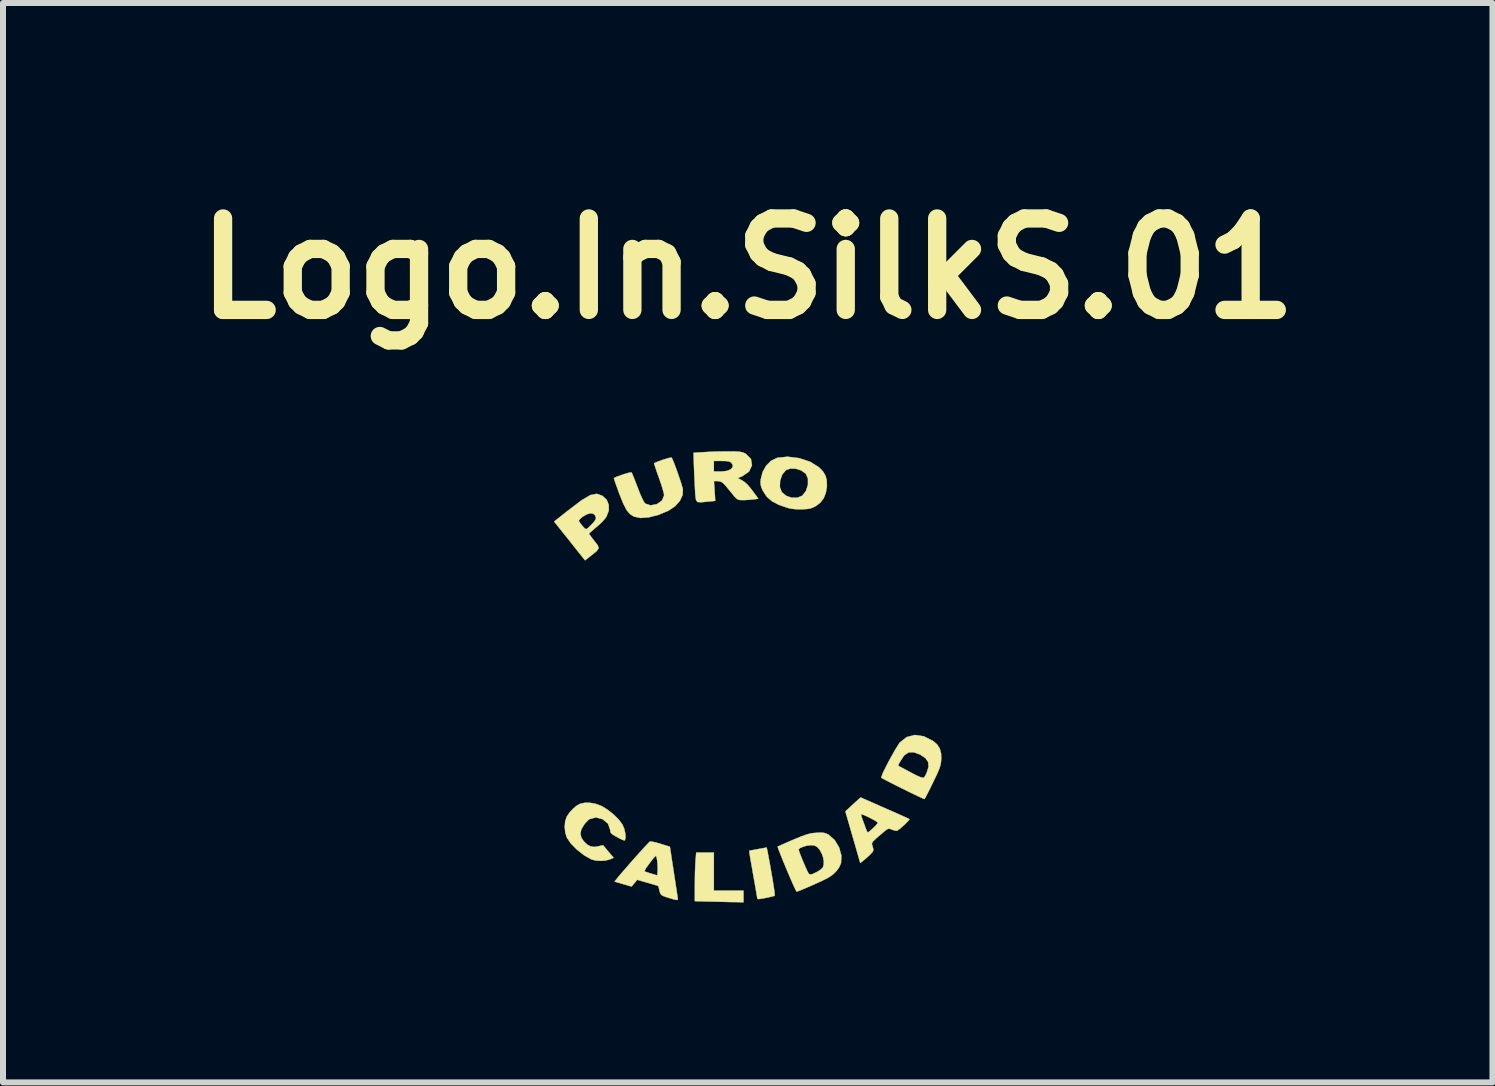
<source format=kicad_pcb>
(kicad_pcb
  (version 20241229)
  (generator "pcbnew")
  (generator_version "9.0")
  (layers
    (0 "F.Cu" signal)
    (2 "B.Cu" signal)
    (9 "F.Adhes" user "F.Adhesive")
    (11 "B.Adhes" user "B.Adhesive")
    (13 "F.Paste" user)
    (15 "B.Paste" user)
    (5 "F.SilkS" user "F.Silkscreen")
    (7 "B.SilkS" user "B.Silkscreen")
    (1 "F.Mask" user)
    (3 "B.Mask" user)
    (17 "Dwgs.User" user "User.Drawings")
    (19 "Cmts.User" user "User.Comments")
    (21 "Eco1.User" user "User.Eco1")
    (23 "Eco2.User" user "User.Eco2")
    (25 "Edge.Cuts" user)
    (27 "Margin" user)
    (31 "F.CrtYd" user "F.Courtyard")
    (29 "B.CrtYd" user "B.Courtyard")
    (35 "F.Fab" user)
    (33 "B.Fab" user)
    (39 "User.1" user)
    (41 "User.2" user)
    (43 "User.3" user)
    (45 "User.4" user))
  (footprint "Logo.In.SilkS.01"
    (layer "F.Cu")
    (at 9.413 8.231)
    (property "Reference" "Logo.In.SilkS.01" (at 0 -6.805 0) (layer "F.SilkS") (effects (font (size 1.524 1.524) (thickness 0.305))))
    (attr smd)
    (fp_poly (pts (xy 0.158 3.691) (xy 0.153 3.655) (xy 0.138 3.568) (xy 0.116 3.441) (xy 0.089 3.29) (xy 0.063 3.139) (xy 0.041 3.015) (xy 0.028 2.931) (xy 0.023 2.9) (xy 0.036 2.897) (xy 0.068 2.89) (xy 0.115 2.881) (xy 0.171 2.871) (xy 0.207 2.864) (xy 0.244 2.858) (xy 0.28 2.851) (xy 0.316 2.845) (xy 0.32 2.867) (xy 0.325 2.89) (xy 0.33 2.912) (xy 0.334 2.935) (xy 0.374 3.149) (xy 0.414 3.381) (xy 0.443 3.568) (xy 0.45 3.648) (xy 0.41 3.66) (xy 0.327 3.679) (xy 0.239 3.696) (xy 0.181 3.704) (xy 0.172 3.703) (xy 0.165 3.7) (xy 0.16 3.696) (xy 0.158 3.691) (xy 0.158 3.691) (xy 0.158 3.691) (xy 0.158 3.691) (xy 0.158 3.691)) (stroke (width 0.006) (type solid)) (fill yes) (layer "F.SilkS"))
    (fp_poly (pts (xy -1.896 -2.671) (xy -1.962 -2.712) (xy -2.019 -2.779) (xy -2.075 -2.888) (xy -2.141 -3.052) (xy -2.177 -3.152) (xy -2.207 -3.234) (xy -2.225 -3.291) (xy -2.231 -3.313) (xy -2.18 -3.337) (xy -2.082 -3.372) (xy -1.986 -3.401) (xy -1.938 -3.408) (xy -1.926 -3.385) (xy -1.903 -3.329) (xy -1.872 -3.251) (xy -1.836 -3.157) (xy -1.798 -3.059) (xy -1.762 -2.977) (xy -1.731 -2.918) (xy -1.71 -2.888) (xy -1.618 -2.858) (xy -1.514 -2.879) (xy -1.429 -2.939) (xy -1.394 -3.024) (xy -1.4 -3.064) (xy -1.419 -3.133) (xy -1.446 -3.22) (xy -1.48 -3.317) (xy -1.513 -3.409) (xy -1.539 -3.486) (xy -1.556 -3.539) (xy -1.561 -3.56) (xy -1.509 -3.584) (xy -1.412 -3.619) (xy -1.315 -3.648) (xy -1.268 -3.655) (xy -1.232 -3.573) (xy -1.171 -3.408) (xy -1.112 -3.234) (xy -1.081 -3.128) (xy -1.087 -3.029) (xy -1.132 -2.932) (xy -1.212 -2.843) (xy -1.321 -2.77) (xy -1.488 -2.7) (xy -1.647 -2.659) (xy -1.788 -2.648) (xy -1.896 -2.671) (xy -1.896 -2.671)) (stroke (width 0.006) (type solid)) (fill yes) (layer "F.SilkS"))
    (fp_poly (pts (xy 0.672 -2.814) (xy 0.908 -3.019) (xy 0.97 -3.098) (xy 1.003 -3.202) (xy 1.003 -3.305) (xy 0.968 -3.385) (xy 0.893 -3.439) (xy 0.802 -3.469) (xy 0.711 -3.472) (xy 0.637 -3.446) (xy 0.574 -3.371) (xy 0.539 -3.269) (xy 0.535 -3.163) (xy 0.567 -3.078) (xy 0.641 -3.017) (xy 0.733 -2.985) (xy 0.828 -2.985) (xy 0.908 -3.019) (xy 0.908 -3.019) (xy 0.672 -2.814) (xy 0.519 -2.866) (xy 0.402 -2.928) (xy 0.315 -3.004) (xy 0.254 -3.098) (xy 0.23 -3.15) (xy 0.217 -3.194) (xy 0.213 -3.237) (xy 0.216 -3.288) (xy 0.247 -3.412) (xy 0.306 -3.519) (xy 0.389 -3.601) (xy 0.489 -3.65) (xy 0.663 -3.669) (xy 0.856 -3.645) (xy 1.041 -3.584) (xy 1.188 -3.492) (xy 1.254 -3.423) (xy 1.297 -3.351) (xy 1.317 -3.269) (xy 1.319 -3.173) (xy 1.301 -3.066) (xy 1.265 -2.976) (xy 1.209 -2.903) (xy 1.134 -2.846) (xy 1.087 -2.822) (xy 1.041 -2.806) (xy 0.985 -2.797) (xy 0.91 -2.793) (xy 0.843 -2.792) (xy 0.78 -2.796) (xy 0.722 -2.803) (xy 0.672 -2.814) (xy 0.672 -2.814)) (stroke (width 0.006) (type solid)) (fill yes) (layer "F.SilkS"))
    (fp_poly (pts (xy 2.584 1.866) (xy 2.505 1.479) (xy 2.542 1.5) (xy 2.58 1.52) (xy 2.617 1.54) (xy 2.654 1.56) (xy 2.772 1.623) (xy 2.855 1.663) (xy 2.908 1.681) (xy 2.934 1.681) (xy 2.943 1.672) (xy 2.955 1.653) (xy 2.968 1.628) (xy 2.982 1.599) (xy 2.982 1.599) (xy 3.014 1.5) (xy 3.007 1.42) (xy 2.961 1.354) (xy 2.874 1.296) (xy 2.766 1.256) (xy 2.679 1.26) (xy 2.606 1.31) (xy 2.542 1.408) (xy 2.533 1.425) (xy 2.523 1.443) (xy 2.514 1.461) (xy 2.505 1.479) (xy 2.584 1.866) (xy 2.446 1.797) (xy 2.332 1.739) (xy 2.254 1.698) (xy 2.223 1.681) (xy 2.255 1.594) (xy 2.348 1.411) (xy 2.455 1.218) (xy 2.531 1.098) (xy 2.648 1.004) (xy 2.785 0.969) (xy 2.935 0.991) (xy 3.092 1.071) (xy 3.157 1.128) (xy 3.2 1.196) (xy 3.222 1.278) (xy 3.225 1.377) (xy 3.217 1.448) (xy 3.197 1.52) (xy 3.156 1.617) (xy 3.086 1.763) (xy 3.035 1.868) (xy 2.991 1.954) (xy 2.96 2.014) (xy 2.946 2.037) (xy 2.914 2.025) (xy 2.836 1.989) (xy 2.722 1.934) (xy 2.584 1.866) (xy 2.584 1.866)) (stroke (width 0.006) (type solid)) (fill yes) (layer "F.SilkS"))
    (fp_poly (pts (xy -0.666 3.744) (xy -0.72 3.743) (xy -0.774 3.741) (xy -0.828 3.74) (xy -0.882 3.738) (xy -0.882 3.673) (xy -0.882 3.608) (xy -0.882 3.544) (xy -0.882 3.479) (xy -0.881 3.366) (xy -0.879 3.253) (xy -0.875 3.15) (xy -0.871 3.073) (xy -0.868 3.037) (xy -0.865 3.001) (xy -0.862 2.964) (xy -0.859 2.928) (xy -0.822 2.928) (xy -0.786 2.928) (xy -0.749 2.928) (xy -0.712 2.928) (xy -0.675 2.928) (xy -0.638 2.928) (xy -0.601 2.928) (xy -0.565 2.928) (xy -0.565 3.007) (xy -0.565 3.087) (xy -0.565 3.166) (xy -0.565 3.245) (xy -0.565 3.325) (xy -0.565 3.404) (xy -0.565 3.484) (xy -0.565 3.563) (xy -0.503 3.563) (xy -0.441 3.563) (xy -0.379 3.563) (xy -0.318 3.563) (xy -0.256 3.563) (xy -0.194 3.563) (xy -0.132 3.563) (xy -0.071 3.563) (xy -0.071 3.587) (xy -0.071 3.611) (xy -0.071 3.636) (xy -0.071 3.66) (xy -0.071 3.684) (xy -0.071 3.708) (xy -0.071 3.733) (xy -0.071 3.757) (xy -0.118 3.756) (xy -0.165 3.755) (xy -0.213 3.754) (xy -0.26 3.754) (xy -0.351 3.752) (xy -0.458 3.749) (xy -0.567 3.746) (xy -0.666 3.744) (xy -0.666 3.744) (xy -0.666 3.744) (xy -0.666 3.744) (xy -0.666 3.744)) (stroke (width 0.006) (type solid)) (fill yes) (layer "F.SilkS"))
    (fp_poly (pts (xy 0.647 3.209) (xy 0.847 2.878) (xy 0.865 2.934) (xy 0.908 3.044) (xy 0.959 3.163) (xy 0.998 3.249) (xy 1.019 3.283) (xy 1.043 3.295) (xy 1.082 3.286) (xy 1.146 3.255) (xy 1.146 3.255) (xy 1.146 3.255) (xy 1.146 3.255) (xy 1.182 3.235) (xy 1.213 3.213) (xy 1.238 3.193) (xy 1.252 3.176) (xy 1.266 3.131) (xy 1.268 3.075) (xy 1.258 3.014) (xy 1.236 2.952) (xy 1.199 2.883) (xy 1.159 2.837) (xy 1.114 2.812) (xy 1.059 2.805) (xy 0.993 2.812) (xy 0.924 2.831) (xy 0.869 2.855) (xy 0.847 2.878) (xy 0.647 3.209) (xy 0.587 3.064) (xy 0.539 2.944) (xy 0.508 2.862) (xy 0.498 2.83) (xy 0.521 2.819) (xy 0.578 2.793) (xy 0.66 2.757) (xy 0.76 2.714) (xy 0.896 2.658) (xy 0.992 2.624) (xy 1.069 2.606) (xy 1.146 2.599) (xy 1.218 2.596) (xy 1.268 2.6) (xy 1.308 2.611) (xy 1.349 2.632) (xy 1.449 2.721) (xy 1.523 2.845) (xy 1.561 2.98) (xy 1.554 3.105) (xy 1.525 3.171) (xy 1.479 3.236) (xy 1.419 3.295) (xy 1.348 3.344) (xy 1.237 3.4) (xy 1.062 3.479) (xy 0.897 3.55) (xy 0.815 3.581) (xy 0.798 3.551) (xy 0.76 3.471) (xy 0.708 3.353) (xy 0.647 3.209) (xy 0.647 3.209)) (stroke (width 0.006) (type solid)) (fill yes) (layer "F.SilkS"))
    (fp_poly (pts (xy -2.904 -2.183) (xy -2.6 -2.541) (xy -2.555 -2.593) (xy -2.533 -2.629) (xy -2.531 -2.658) (xy -2.546 -2.693) (xy -2.576 -2.72) (xy -2.624 -2.726) (xy -2.683 -2.709) (xy -2.749 -2.671) (xy -2.778 -2.648) (xy -2.8 -2.626) (xy -2.813 -2.608) (xy -2.815 -2.596) (xy -2.783 -2.549) (xy -2.748 -2.506) (xy -2.717 -2.474) (xy -2.695 -2.462) (xy -2.681 -2.468) (xy -2.658 -2.485) (xy -2.63 -2.511) (xy -2.6 -2.541) (xy -2.6 -2.541) (xy -2.6 -2.541) (xy -2.6 -2.541) (xy -2.904 -2.183) (xy -2.983 -2.283) (xy -3.059 -2.377) (xy -3.121 -2.455) (xy -3.161 -2.506) (xy -3.178 -2.526) (xy -3.194 -2.547) (xy -3.21 -2.567) (xy -3.227 -2.588) (xy -3.167 -2.636) (xy -3.106 -2.684) (xy -3.046 -2.732) (xy -2.986 -2.779) (xy -2.77 -2.943) (xy -2.622 -3.03) (xy -2.515 -3.051) (xy -2.422 -3.017) (xy -2.352 -2.952) (xy -2.317 -2.867) (xy -2.317 -2.771) (xy -2.354 -2.672) (xy -2.381 -2.635) (xy -2.421 -2.59) (xy -2.47 -2.542) (xy -2.522 -2.497) (xy -2.57 -2.456) (xy -2.609 -2.422) (xy -2.636 -2.398) (xy -2.646 -2.386) (xy -2.639 -2.374) (xy -2.619 -2.347) (xy -2.591 -2.309) (xy -2.556 -2.264) (xy -2.499 -2.19) (xy -2.485 -2.142) (xy -2.519 -2.095) (xy -2.608 -2.023) (xy -2.634 -2.003) (xy -2.66 -1.982) (xy -2.686 -1.962) (xy -2.712 -1.942) (xy -2.76 -2.002) (xy -2.808 -2.062) (xy -2.856 -2.122) (xy -2.904 -2.183)) (stroke (width 0.006) (type solid)) (fill yes) (layer "F.SilkS"))
    (fp_poly (pts (xy -2.606 3.043) (xy -2.727 2.974) (xy -2.849 2.879) (xy -2.952 2.774) (xy -3.017 2.676) (xy -3.042 2.593) (xy -3.051 2.499) (xy -3.043 2.408) (xy -3.018 2.332) (xy -2.975 2.268) (xy -2.918 2.204) (xy -2.855 2.15) (xy -2.799 2.118) (xy -2.717 2.099) (xy -2.625 2.1) (xy -2.529 2.118) (xy -2.437 2.153) (xy -2.336 2.215) (xy -2.237 2.293) (xy -2.15 2.379) (xy -2.088 2.463) (xy -2.059 2.532) (xy -2.041 2.611) (xy -2.037 2.683) (xy -2.049 2.725) (xy -2.063 2.725) (xy -2.092 2.715) (xy -2.131 2.697) (xy -2.177 2.672) (xy -2.24 2.636) (xy -2.275 2.609) (xy -2.29 2.583) (xy -2.293 2.55) (xy -2.329 2.447) (xy -2.418 2.373) (xy -2.53 2.343) (xy -2.638 2.371) (xy -2.659 2.388) (xy -2.684 2.413) (xy -2.711 2.442) (xy -2.734 2.473) (xy -2.775 2.545) (xy -2.788 2.613) (xy -2.775 2.678) (xy -2.734 2.74) (xy -2.678 2.794) (xy -2.621 2.825) (xy -2.56 2.835) (xy -2.491 2.825) (xy -2.46 2.817) (xy -2.434 2.811) (xy -2.416 2.808) (xy -2.409 2.808) (xy -2.401 2.818) (xy -2.382 2.842) (xy -2.354 2.875) (xy -2.321 2.915) (xy -2.3 2.94) (xy -2.278 2.965) (xy -2.257 2.991) (xy -2.236 3.016) (xy -2.252 3.023) (xy -2.268 3.029) (xy -2.283 3.036) (xy -2.299 3.043) (xy -2.37 3.061) (xy -2.454 3.067) (xy -2.537 3.061) (xy -2.606 3.043) (xy -2.606 3.043)) (stroke (width 0.006) (type solid)) (fill yes) (layer "F.SilkS"))
    (fp_poly (pts (xy -1.331 3.68) (xy -1.508 3.073) (xy -1.514 3.038) (xy -1.52 3.008) (xy -1.526 2.989) (xy -1.532 2.982) (xy -1.571 3.021) (xy -1.638 3.107) (xy -1.7 3.195) (xy -1.723 3.239) (xy -1.712 3.245) (xy -1.687 3.254) (xy -1.652 3.266) (xy -1.611 3.279) (xy -1.585 3.286) (xy -1.56 3.294) (xy -1.534 3.302) (xy -1.508 3.309) (xy -1.507 3.292) (xy -1.505 3.274) (xy -1.504 3.256) (xy -1.502 3.238) (xy -1.501 3.203) (xy -1.502 3.16) (xy -1.504 3.115) (xy -1.508 3.073) (xy -1.508 3.073) (xy -1.331 3.68) (xy -1.401 3.656) (xy -1.439 3.636) (xy -1.459 3.608) (xy -1.472 3.563) (xy -1.476 3.544) (xy -1.481 3.524) (xy -1.486 3.505) (xy -1.491 3.485) (xy -1.534 3.472) (xy -1.578 3.459) (xy -1.622 3.446) (xy -1.666 3.433) (xy -1.71 3.421) (xy -1.754 3.408) (xy -1.798 3.395) (xy -1.842 3.382) (xy -1.853 3.396) (xy -1.865 3.41) (xy -1.877 3.424) (xy -1.889 3.438) (xy -1.901 3.452) (xy -1.912 3.466) (xy -1.924 3.48) (xy -1.936 3.495) (xy -1.971 3.485) (xy -2.005 3.475) (xy -2.04 3.465) (xy -2.075 3.455) (xy -2.129 3.439) (xy -2.175 3.426) (xy -2.207 3.416) (xy -2.22 3.411) (xy -2.136 3.308) (xy -1.942 3.084) (xy -1.74 2.858) (xy -1.634 2.746) (xy -1.614 2.745) (xy -1.574 2.751) (xy -1.519 2.764) (xy -1.456 2.782) (xy -1.416 2.795) (xy -1.377 2.807) (xy -1.337 2.819) (xy -1.298 2.832) (xy -1.281 2.94) (xy -1.265 3.048) (xy -1.248 3.156) (xy -1.232 3.264) (xy -1.206 3.432) (xy -1.185 3.572) (xy -1.17 3.669) (xy -1.165 3.708) (xy -1.171 3.718) (xy -1.196 3.717) (xy -1.247 3.705) (xy -1.331 3.679) (xy -1.331 3.68)) (stroke (width 0.006) (type solid)) (fill yes) (layer "F.SilkS"))
    (fp_poly (pts (xy 1.783 2.782) (xy 1.887 2.292) (xy 1.89 2.307) (xy 1.898 2.335) (xy 1.91 2.371) (xy 1.925 2.412) (xy 1.938 2.447) (xy 1.951 2.483) (xy 1.964 2.518) (xy 1.978 2.553) (xy 1.984 2.569) (xy 1.991 2.582) (xy 1.997 2.59) (xy 2.002 2.593) (xy 2.012 2.587) (xy 2.032 2.572) (xy 2.059 2.549) (xy 2.091 2.52) (xy 2.091 2.52) (xy 2.121 2.491) (xy 2.146 2.464) (xy 2.163 2.444) (xy 2.169 2.432) (xy 2.158 2.421) (xy 2.128 2.401) (xy 2.083 2.375) (xy 2.028 2.346) (xy 1.974 2.32) (xy 1.929 2.301) (xy 1.898 2.291) (xy 1.887 2.292) (xy 1.783 2.782) (xy 1.744 2.649) (xy 1.708 2.523) (xy 1.678 2.419) (xy 1.659 2.352) (xy 1.651 2.325) (xy 1.643 2.298) (xy 1.635 2.27) (xy 1.627 2.243) (xy 1.645 2.226) (xy 1.663 2.209) (xy 1.682 2.192) (xy 1.7 2.175) (xy 1.732 2.145) (xy 1.767 2.113) (xy 1.8 2.083) (xy 1.827 2.059) (xy 1.84 2.047) (xy 1.854 2.034) (xy 1.868 2.022) (xy 1.881 2.01) (xy 1.982 2.054) (xy 2.082 2.098) (xy 2.183 2.143) (xy 2.284 2.187) (xy 2.441 2.256) (xy 2.571 2.314) (xy 2.661 2.355) (xy 2.696 2.373) (xy 2.675 2.402) (xy 2.617 2.46) (xy 2.549 2.521) (xy 2.495 2.562) (xy 2.481 2.565) (xy 2.46 2.563) (xy 2.435 2.557) (xy 2.408 2.548) (xy 2.369 2.533) (xy 2.342 2.532) (xy 2.313 2.547) (xy 2.269 2.582) (xy 2.141 2.691) (xy 2.081 2.75) (xy 2.068 2.786) (xy 2.081 2.829) (xy 2.092 2.868) (xy 2.092 2.894) (xy 2.08 2.918) (xy 2.052 2.949) (xy 2.028 2.974) (xy 1.998 3.001) (xy 1.967 3.029) (xy 1.938 3.053) (xy 1.923 3.065) (xy 1.907 3.078) (xy 1.891 3.091) (xy 1.875 3.103) (xy 1.852 3.023) (xy 1.829 2.943) (xy 1.806 2.862) (xy 1.783 2.782) (xy 1.783 2.782) (xy 1.783 2.782) (xy 1.783 2.782)) (stroke (width 0.006) (type solid)) (fill yes) (layer "F.SilkS"))
    (fp_poly (pts (xy -0.871 -3.003) (xy -0.565 -3.598) (xy -0.565 -3.576) (xy -0.565 -3.554) (xy -0.565 -3.532) (xy -0.565 -3.51) (xy -0.565 -3.488) (xy -0.565 -3.466) (xy -0.565 -3.444) (xy -0.565 -3.422) (xy -0.541 -3.422) (xy -0.517 -3.422) (xy -0.493 -3.422) (xy -0.469 -3.422) (xy -0.428 -3.423) (xy -0.386 -3.427) (xy -0.35 -3.433) (xy -0.323 -3.44) (xy -0.323 -3.44) (xy -0.323 -3.44) (xy -0.323 -3.44) (xy -0.276 -3.466) (xy -0.251 -3.498) (xy -0.251 -3.533) (xy -0.275 -3.57) (xy -0.295 -3.583) (xy -0.326 -3.592) (xy -0.371 -3.597) (xy -0.433 -3.598) (xy -0.466 -3.598) (xy -0.499 -3.598) (xy -0.532 -3.598) (xy -0.565 -3.598) (xy -0.871 -3.003) (xy -0.876 -3.064) (xy -0.881 -3.162) (xy -0.887 -3.284) (xy -0.893 -3.415) (xy -0.896 -3.494) (xy -0.899 -3.574) (xy -0.901 -3.654) (xy -0.904 -3.734) (xy -0.861 -3.737) (xy -0.817 -3.74) (xy -0.774 -3.742) (xy -0.73 -3.745) (xy -0.644 -3.75) (xy -0.54 -3.754) (xy -0.431 -3.756) (xy -0.329 -3.757) (xy -0.207 -3.756) (xy -0.129 -3.751) (xy -0.078 -3.739) (xy -0.035 -3.72) (xy 0.053 -3.632) (xy 0.07 -3.525) (xy 0.021 -3.421) (xy -0.093 -3.343) (xy -0.111 -3.335) (xy -0.13 -3.328) (xy -0.149 -3.32) (xy -0.168 -3.313) (xy -0.152 -3.305) (xy -0.137 -3.297) (xy -0.121 -3.289) (xy -0.106 -3.281) (xy -0.056 -3.249) (xy -0.006 -3.205) (xy 0.047 -3.143) (xy 0.111 -3.058) (xy 0.127 -3.036) (xy 0.144 -3.013) (xy 0.16 -2.991) (xy 0.176 -2.968) (xy 0.153 -2.965) (xy 0.13 -2.962) (xy 0.107 -2.96) (xy 0.083 -2.957) (xy 0.041 -2.952) (xy -0.006 -2.949) (xy -0.052 -2.946) (xy -0.092 -2.946) (xy -0.141 -2.948) (xy -0.178 -2.963) (xy -0.22 -3.004) (xy -0.284 -3.082) (xy -0.366 -3.182) (xy -0.419 -3.236) (xy -0.46 -3.258) (xy -0.506 -3.263) (xy -0.52 -3.263) (xy -0.535 -3.263) (xy -0.549 -3.263) (xy -0.564 -3.263) (xy -0.561 -3.222) (xy -0.558 -3.18) (xy -0.555 -3.139) (xy -0.553 -3.098) (xy -0.55 -3.057) (xy -0.547 -3.016) (xy -0.545 -2.974) (xy -0.542 -2.933) (xy -0.57 -2.93) (xy -0.597 -2.927) (xy -0.625 -2.925) (xy -0.653 -2.922) (xy -0.774 -2.91) (xy -0.837 -2.914) (xy -0.861 -2.943) (xy -0.871 -3.003) (xy -0.871 -3.003) (xy -0.871 -3.003) (xy -0.871 -3.003)) (stroke (width 0.006) (type solid)) (fill yes) (layer "F.SilkS")))
  (gr_rect
    (start -3 -3)
    (end 21.825 14.991)
    (stroke (width 0.1) (type default))
    (fill no)
    (layer "Edge.Cuts")))
</source>
